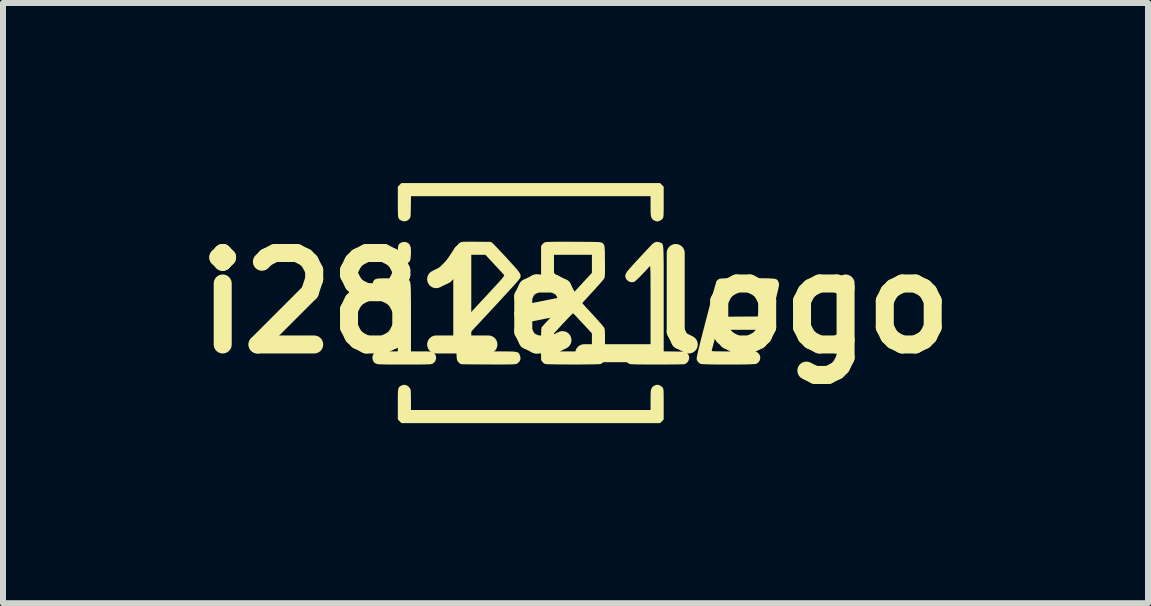
<source format=kicad_pcb>
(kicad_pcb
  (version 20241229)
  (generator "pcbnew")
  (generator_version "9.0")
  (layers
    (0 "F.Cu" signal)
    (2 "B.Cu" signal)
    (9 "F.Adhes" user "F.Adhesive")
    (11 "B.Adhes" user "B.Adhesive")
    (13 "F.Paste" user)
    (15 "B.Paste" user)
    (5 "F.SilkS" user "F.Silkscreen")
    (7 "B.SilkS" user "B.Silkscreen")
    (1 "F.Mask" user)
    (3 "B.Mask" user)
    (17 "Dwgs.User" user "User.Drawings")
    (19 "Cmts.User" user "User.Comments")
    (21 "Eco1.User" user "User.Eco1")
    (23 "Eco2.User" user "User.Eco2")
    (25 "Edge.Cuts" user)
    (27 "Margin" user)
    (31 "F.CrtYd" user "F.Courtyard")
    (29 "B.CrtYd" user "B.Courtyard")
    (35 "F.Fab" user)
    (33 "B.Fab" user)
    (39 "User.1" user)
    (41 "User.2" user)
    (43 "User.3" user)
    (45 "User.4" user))
  (footprint "i281e_logo"
    (layer "F.Cu")
    (at 6.539 2)
    (property "Reference" "i281e_logo" (at 0 0 0) (layer "F.SilkS") (effects (font (size 1.524 1.524) (thickness 0.3))))
    (attr board_only exclude_from_pos_files exclude_from_bom)
    (fp_poly (pts (xy -2.819 -1.015) (xy -2.786 -0.998) (xy -2.761 -0.97) (xy -2.747 -0.933) (xy -2.746 -0.927) (xy -2.743 -0.893) (xy -2.742 -0.853) (xy -2.743 -0.811) (xy -2.746 -0.771) (xy -2.75 -0.736) (xy -2.756 -0.71) (xy -2.76 -0.701) (xy -2.788 -0.672) (xy -2.823 -0.655) (xy -2.862 -0.651) (xy -2.902 -0.662) (xy -2.903 -0.663) (xy -2.923 -0.674) (xy -2.939 -0.688) (xy -2.949 -0.706) (xy -2.956 -0.731) (xy -2.96 -0.765) (xy -2.961 -0.812) (xy -2.961 -0.836) (xy -2.96 -0.89) (xy -2.958 -0.93) (xy -2.952 -0.959) (xy -2.942 -0.98) (xy -2.928 -0.995) (xy -2.907 -1.007) (xy -2.897 -1.011) (xy -2.857 -1.02)) (stroke (width 0) (type solid)) (fill yes) (layer "F.SilkS"))
    (fp_poly (pts (xy 1.39 1.365) (xy 1.42 1.38) (xy 1.445 1.399) (xy 1.453 1.41) (xy 1.457 1.418) (xy 1.461 1.427) (xy 1.464 1.438) (xy 1.466 1.454) (xy 1.467 1.477) (xy 1.468 1.508) (xy 1.468 1.548) (xy 1.469 1.6) (xy 1.469 1.665) (xy 1.469 1.687) (xy 1.469 1.939) (xy 1.439 1.97) (xy 1.408 2) (xy -2.9 2) (xy -2.961 1.939) (xy -2.961 1.688) (xy -2.961 1.614) (xy -2.961 1.554) (xy -2.96 1.506) (xy -2.958 1.469) (xy -2.955 1.441) (xy -2.95 1.42) (xy -2.943 1.405) (xy -2.934 1.394) (xy -2.923 1.386) (xy -2.909 1.378) (xy -2.901 1.374) (xy -2.872 1.363) (xy -2.845 1.362) (xy -2.836 1.363) (xy -2.804 1.375) (xy -2.775 1.398) (xy -2.755 1.426) (xy -2.747 1.445) (xy -2.746 1.461) (xy -2.744 1.489) (xy -2.743 1.527) (xy -2.743 1.573) (xy -2.742 1.622) (xy -2.742 1.626) (xy -2.742 1.781) (xy 1.25 1.781) (xy 1.25 1.619) (xy 1.25 1.564) (xy 1.251 1.521) (xy 1.252 1.489) (xy 1.254 1.466) (xy 1.257 1.448) (xy 1.261 1.434) (xy 1.266 1.424) (xy 1.282 1.397) (xy 1.304 1.38) (xy 1.314 1.375) (xy 1.337 1.366) (xy 1.356 1.36) (xy 1.361 1.36)) (stroke (width 0) (type solid)) (fill yes) (layer "F.SilkS"))
    (fp_poly (pts (xy 1.439 -1.97) (xy 1.469 -1.939) (xy 1.469 -1.687) (xy 1.469 -1.618) (xy 1.469 -1.562) (xy 1.468 -1.518) (xy 1.467 -1.485) (xy 1.466 -1.46) (xy 1.464 -1.442) (xy 1.462 -1.43) (xy 1.459 -1.42) (xy 1.454 -1.412) (xy 1.453 -1.41) (xy 1.433 -1.389) (xy 1.405 -1.372) (xy 1.375 -1.361) (xy 1.361 -1.36) (xy 1.346 -1.363) (xy 1.324 -1.371) (xy 1.314 -1.375) (xy 1.288 -1.391) (xy 1.27 -1.414) (xy 1.266 -1.424) (xy 1.26 -1.437) (xy 1.257 -1.451) (xy 1.254 -1.469) (xy 1.252 -1.494) (xy 1.251 -1.528) (xy 1.25 -1.572) (xy 1.25 -1.619) (xy 1.25 -1.781) (xy -2.741 -1.781) (xy -2.744 -1.608) (xy -2.745 -1.55) (xy -2.746 -1.506) (xy -2.747 -1.473) (xy -2.749 -1.449) (xy -2.752 -1.433) (xy -2.756 -1.422) (xy -2.76 -1.413) (xy -2.76 -1.413) (xy -2.789 -1.383) (xy -2.824 -1.366) (xy -2.863 -1.363) (xy -2.902 -1.374) (xy -2.903 -1.375) (xy -2.918 -1.383) (xy -2.93 -1.391) (xy -2.94 -1.4) (xy -2.947 -1.413) (xy -2.953 -1.431) (xy -2.957 -1.456) (xy -2.959 -1.488) (xy -2.96 -1.531) (xy -2.961 -1.585) (xy -2.961 -1.653) (xy -2.961 -1.688) (xy -2.961 -1.939) (xy -2.931 -1.97) (xy -2.9 -2) (xy 1.408 -2)) (stroke (width 0) (type solid)) (fill yes) (layer "F.SilkS"))
    (fp_poly (pts (xy -3.121 -0.413) (xy -3.055 -0.412) (xy -2.987 -0.412) (xy -2.933 -0.411) (xy -2.891 -0.41) (xy -2.859 -0.409) (xy -2.836 -0.407) (xy -2.819 -0.405) (xy -2.808 -0.403) (xy -2.8 -0.399) (xy -2.793 -0.395) (xy -2.792 -0.394) (xy -2.783 -0.387) (xy -2.775 -0.381) (xy -2.768 -0.375) (xy -2.762 -0.366) (xy -2.757 -0.355) (xy -2.753 -0.34) (xy -2.75 -0.32) (xy -2.748 -0.294) (xy -2.746 -0.261) (xy -2.744 -0.219) (xy -2.743 -0.168) (xy -2.743 -0.107) (xy -2.742 -0.035) (xy -2.742 0.051) (xy -2.742 0.149) (xy -2.742 0.24) (xy -2.742 0.805) (xy -2.569 0.805) (xy -2.513 0.805) (xy -2.469 0.805) (xy -2.437 0.806) (xy -2.414 0.808) (xy -2.397 0.81) (xy -2.385 0.813) (xy -2.375 0.818) (xy -2.371 0.82) (xy -2.343 0.846) (xy -2.327 0.878) (xy -2.322 0.913) (xy -2.329 0.949) (xy -2.347 0.981) (xy -2.376 1.006) (xy -2.384 1.01) (xy -2.39 1.013) (xy -2.399 1.015) (xy -2.411 1.017) (xy -2.427 1.019) (xy -2.448 1.02) (xy -2.477 1.021) (xy -2.514 1.022) (xy -2.561 1.023) (xy -2.618 1.023) (xy -2.687 1.023) (xy -2.769 1.023) (xy -2.852 1.023) (xy -2.946 1.023) (xy -3.026 1.023) (xy -3.094 1.023) (xy -3.149 1.023) (xy -3.194 1.022) (xy -3.23 1.021) (xy -3.258 1.02) (xy -3.279 1.019) (xy -3.295 1.017) (xy -3.307 1.015) (xy -3.316 1.012) (xy -3.324 1.009) (xy -3.326 1.008) (xy -3.356 0.988) (xy -3.375 0.96) (xy -3.383 0.921) (xy -3.383 0.907) (xy -3.381 0.88) (xy -3.374 0.86) (xy -3.358 0.84) (xy -3.356 0.838) (xy -3.33 0.809) (xy -3.145 0.806) (xy -2.961 0.804) (xy -2.961 -0.195) (xy -3.133 -0.195) (xy -3.195 -0.196) (xy -3.243 -0.196) (xy -3.279 -0.198) (xy -3.306 -0.202) (xy -3.326 -0.207) (xy -3.341 -0.214) (xy -3.354 -0.224) (xy -3.365 -0.237) (xy -3.367 -0.239) (xy -3.379 -0.266) (xy -3.383 -0.3) (xy -3.379 -0.336) (xy -3.367 -0.366) (xy -3.359 -0.379) (xy -3.349 -0.389) (xy -3.337 -0.397) (xy -3.321 -0.403) (xy -3.3 -0.408) (xy -3.27 -0.411) (xy -3.232 -0.412) (xy -3.182 -0.413)) (stroke (width 0) (type solid)) (fill yes) (layer "F.SilkS"))
    (fp_poly (pts (xy 1.392 -1.016) (xy 1.409 -1.009) (xy 1.418 -1.006) (xy 1.426 -1.003) (xy 1.434 -0.999) (xy 1.44 -0.995) (xy 1.445 -0.989) (xy 1.45 -0.981) (xy 1.454 -0.968) (xy 1.458 -0.951) (xy 1.461 -0.929) (xy 1.463 -0.901) (xy 1.465 -0.866) (xy 1.466 -0.823) (xy 1.467 -0.771) (xy 1.468 -0.71) (xy 1.469 -0.639) (xy 1.469 -0.556) (xy 1.469 -0.461) (xy 1.469 -0.353) (xy 1.469 -0.231) (xy 1.469 -0.095) (xy 1.469 -0.071) (xy 1.469 0.804) (xy 1.652 0.806) (xy 1.835 0.809) (xy 1.859 0.832) (xy 1.877 0.854) (xy 1.889 0.878) (xy 1.891 0.882) (xy 1.894 0.919) (xy 1.884 0.955) (xy 1.865 0.986) (xy 1.837 1.009) (xy 1.812 1.019) (xy 1.8 1.019) (xy 1.773 1.02) (xy 1.734 1.021) (xy 1.684 1.022) (xy 1.624 1.022) (xy 1.557 1.023) (xy 1.482 1.023) (xy 1.403 1.023) (xy 1.353 1.023) (xy 1.255 1.023) (xy 1.172 1.023) (xy 1.102 1.022) (xy 1.044 1.022) (xy 0.998 1.021) (xy 0.961 1.02) (xy 0.934 1.018) (xy 0.914 1.016) (xy 0.901 1.014) (xy 0.894 1.012) (xy 0.863 0.991) (xy 0.84 0.96) (xy 0.831 0.933) (xy 0.832 0.898) (xy 0.843 0.863) (xy 0.863 0.834) (xy 0.878 0.821) (xy 0.888 0.815) (xy 0.899 0.812) (xy 0.913 0.809) (xy 0.932 0.807) (xy 0.96 0.806) (xy 0.998 0.805) (xy 1.048 0.805) (xy 1.077 0.805) (xy 1.25 0.805) (xy 1.25 0.088) (xy 1.25 -0.036) (xy 1.25 -0.146) (xy 1.25 -0.241) (xy 1.249 -0.324) (xy 1.249 -0.394) (xy 1.249 -0.453) (xy 1.248 -0.501) (xy 1.247 -0.54) (xy 1.246 -0.57) (xy 1.245 -0.591) (xy 1.244 -0.606) (xy 1.242 -0.615) (xy 1.241 -0.617) (xy 1.24 -0.617) (xy 1.181 -0.553) (xy 1.128 -0.497) (xy 1.081 -0.448) (xy 1.042 -0.409) (xy 1.011 -0.38) (xy 0.989 -0.361) (xy 0.978 -0.354) (xy 0.942 -0.347) (xy 0.905 -0.353) (xy 0.872 -0.37) (xy 0.847 -0.397) (xy 0.835 -0.422) (xy 0.831 -0.438) (xy 0.829 -0.452) (xy 0.83 -0.467) (xy 0.835 -0.483) (xy 0.845 -0.502) (xy 0.86 -0.525) (xy 0.882 -0.553) (xy 0.912 -0.587) (xy 0.949 -0.629) (xy 0.996 -0.68) (xy 1.048 -0.737) (xy 1.095 -0.787) (xy 1.139 -0.835) (xy 1.18 -0.879) (xy 1.217 -0.918) (xy 1.246 -0.949) (xy 1.269 -0.972) (xy 1.282 -0.985) (xy 1.282 -0.986) (xy 1.317 -1.011) (xy 1.353 -1.021)) (stroke (width 0) (type solid)) (fill yes) (layer "F.SilkS"))
    (fp_poly (pts (xy -1.698 -1.023) (xy -1.639 -1.022) (xy -1.632 -1.022) (xy -1.408 -1.02) (xy -1.38 -0.996) (xy -1.368 -0.985) (xy -1.348 -0.964) (xy -1.319 -0.935) (xy -1.284 -0.898) (xy -1.244 -0.855) (xy -1.199 -0.807) (xy -1.152 -0.757) (xy -1.141 -0.745) (xy -1.085 -0.683) (xy -1.038 -0.632) (xy -1 -0.589) (xy -0.97 -0.554) (xy -0.948 -0.526) (xy -0.932 -0.503) (xy -0.922 -0.485) (xy -0.916 -0.469) (xy -0.915 -0.454) (xy -0.916 -0.44) (xy -0.92 -0.425) (xy -0.921 -0.424) (xy -0.925 -0.415) (xy -0.936 -0.401) (xy -0.952 -0.38) (xy -0.975 -0.353) (xy -1.005 -0.319) (xy -1.043 -0.276) (xy -1.09 -0.225) (xy -1.145 -0.165) (xy -1.209 -0.095) (xy -1.283 -0.015) (xy -1.348 0.055) (xy -1.765 0.504) (xy -1.766 0.805) (xy -1.378 0.805) (xy -1.287 0.805) (xy -1.209 0.805) (xy -1.145 0.805) (xy -1.093 0.806) (xy -1.05 0.807) (xy -1.017 0.81) (xy -0.992 0.813) (xy -0.973 0.817) (xy -0.96 0.823) (xy -0.95 0.83) (xy -0.942 0.839) (xy -0.936 0.85) (xy -0.93 0.862) (xy -0.929 0.866) (xy -0.917 0.906) (xy -0.92 0.944) (xy -0.937 0.977) (xy -0.967 1.004) (xy -0.977 1.01) (xy -0.984 1.013) (xy -0.992 1.015) (xy -1.004 1.017) (xy -1.02 1.019) (xy -1.041 1.02) (xy -1.07 1.021) (xy -1.106 1.022) (xy -1.152 1.022) (xy -1.209 1.023) (xy -1.278 1.023) (xy -1.36 1.023) (xy -1.445 1.022) (xy -1.527 1.022) (xy -1.605 1.022) (xy -1.677 1.021) (xy -1.742 1.021) (xy -1.798 1.02) (xy -1.843 1.02) (xy -1.877 1.019) (xy -1.898 1.018) (xy -1.904 1.018) (xy -1.928 1.007) (xy -1.951 0.985) (xy -1.97 0.956) (xy -1.976 0.939) (xy -1.979 0.919) (xy -1.982 0.885) (xy -1.983 0.836) (xy -1.983 0.773) (xy -1.983 0.694) (xy -1.983 0.666) (xy -1.982 0.595) (xy -1.981 0.539) (xy -1.98 0.495) (xy -1.978 0.461) (xy -1.976 0.437) (xy -1.974 0.42) (xy -1.971 0.409) (xy -1.969 0.405) (xy -1.962 0.396) (xy -1.945 0.377) (xy -1.919 0.348) (xy -1.885 0.31) (xy -1.844 0.265) (xy -1.797 0.213) (xy -1.744 0.156) (xy -1.686 0.093) (xy -1.625 0.027) (xy -1.568 -0.035) (xy -1.494 -0.114) (xy -1.43 -0.183) (xy -1.376 -0.242) (xy -1.33 -0.291) (xy -1.292 -0.333) (xy -1.261 -0.367) (xy -1.237 -0.394) (xy -1.219 -0.416) (xy -1.205 -0.433) (xy -1.196 -0.445) (xy -1.191 -0.454) (xy -1.189 -0.46) (xy -1.189 -0.465) (xy -1.191 -0.468) (xy -1.193 -0.471) (xy -1.202 -0.481) (xy -1.22 -0.501) (xy -1.245 -0.529) (xy -1.277 -0.563) (xy -1.313 -0.602) (xy -1.353 -0.644) (xy -1.354 -0.646) (xy -1.502 -0.805) (xy -1.914 -0.805) (xy -1.941 -0.829) (xy -1.966 -0.86) (xy -1.978 -0.894) (xy -1.978 -0.93) (xy -1.967 -0.963) (xy -1.946 -0.992) (xy -1.916 -1.012) (xy -1.888 -1.02) (xy -1.872 -1.021) (xy -1.843 -1.022) (xy -1.802 -1.022) (xy -1.753 -1.023)) (stroke (width 0) (type solid)) (fill yes) (layer "F.SilkS"))
    (fp_poly (pts (xy 2.957 -0.414) (xy 3.042 -0.414) (xy 3.114 -0.414) (xy 3.173 -0.413) (xy 3.222 -0.412) (xy 3.261 -0.41) (xy 3.292 -0.408) (xy 3.316 -0.405) (xy 3.334 -0.401) (xy 3.347 -0.396) (xy 3.356 -0.39) (xy 3.364 -0.383) (xy 3.37 -0.374) (xy 3.375 -0.366) (xy 3.387 -0.336) (xy 3.391 -0.306) (xy 3.389 -0.29) (xy 3.383 -0.262) (xy 3.375 -0.222) (xy 3.363 -0.173) (xy 3.35 -0.118) (xy 3.335 -0.057) (xy 3.319 0.007) (xy 3.302 0.072) (xy 3.285 0.136) (xy 3.269 0.197) (xy 3.253 0.254) (xy 3.239 0.304) (xy 3.227 0.345) (xy 3.218 0.375) (xy 3.211 0.393) (xy 3.21 0.396) (xy 3.203 0.406) (xy 3.196 0.415) (xy 3.187 0.423) (xy 3.176 0.429) (xy 3.159 0.434) (xy 3.138 0.438) (xy 3.109 0.441) (xy 3.072 0.443) (xy 3.026 0.444) (xy 2.969 0.445) (xy 2.9 0.445) (xy 2.817 0.445) (xy 2.747 0.445) (xy 2.659 0.445) (xy 2.585 0.445) (xy 2.525 0.446) (xy 2.476 0.446) (xy 2.438 0.447) (xy 2.409 0.448) (xy 2.388 0.449) (xy 2.374 0.451) (xy 2.364 0.453) (xy 2.359 0.455) (xy 2.357 0.458) (xy 2.356 0.459) (xy 2.353 0.471) (xy 2.347 0.495) (xy 2.338 0.529) (xy 2.327 0.57) (xy 2.315 0.617) (xy 2.313 0.625) (xy 2.3 0.672) (xy 2.289 0.715) (xy 2.28 0.751) (xy 2.273 0.776) (xy 2.269 0.79) (xy 2.269 0.791) (xy 2.269 0.794) (xy 2.271 0.797) (xy 2.277 0.799) (xy 2.288 0.801) (xy 2.305 0.802) (xy 2.33 0.803) (xy 2.364 0.804) (xy 2.408 0.804) (xy 2.464 0.805) (xy 2.532 0.805) (xy 2.615 0.805) (xy 2.634 0.805) (xy 2.72 0.805) (xy 2.792 0.805) (xy 2.85 0.805) (xy 2.898 0.806) (xy 2.935 0.806) (xy 2.964 0.807) (xy 2.985 0.809) (xy 3.001 0.81) (xy 3.012 0.813) (xy 3.02 0.815) (xy 3.027 0.819) (xy 3.029 0.82) (xy 3.057 0.845) (xy 3.074 0.877) (xy 3.078 0.912) (xy 3.072 0.947) (xy 3.055 0.979) (xy 3.027 1.004) (xy 3.01 1.013) (xy 2.997 1.015) (xy 2.969 1.017) (xy 2.929 1.019) (xy 2.88 1.021) (xy 2.821 1.022) (xy 2.756 1.023) (xy 2.686 1.024) (xy 2.612 1.024) (xy 2.537 1.024) (xy 2.462 1.024) (xy 2.389 1.024) (xy 2.32 1.023) (xy 2.256 1.022) (xy 2.199 1.02) (xy 2.152 1.019) (xy 2.115 1.017) (xy 2.091 1.014) (xy 2.082 1.012) (xy 2.048 0.99) (xy 2.026 0.958) (xy 2.018 0.928) (xy 2.018 0.919) (xy 2.02 0.903) (xy 2.025 0.88) (xy 2.031 0.85) (xy 2.04 0.811) (xy 2.051 0.762) (xy 2.066 0.703) (xy 2.083 0.633) (xy 2.104 0.55) (xy 2.129 0.455) (xy 2.157 0.346) (xy 2.176 0.274) (xy 2.188 0.227) (xy 2.416 0.227) (xy 2.725 0.225) (xy 3.035 0.223) (xy 3.084 0.035) (xy 3.097 -0.018) (xy 3.11 -0.067) (xy 3.121 -0.109) (xy 3.13 -0.143) (xy 3.135 -0.166) (xy 3.137 -0.174) (xy 3.142 -0.195) (xy 2.525 -0.195) (xy 2.521 -0.178) (xy 2.517 -0.166) (xy 2.511 -0.141) (xy 2.502 -0.105) (xy 2.49 -0.061) (xy 2.477 -0.011) (xy 2.466 0.033) (xy 2.416 0.227) (xy 2.188 0.227) (xy 2.201 0.178) (xy 2.225 0.086) (xy 2.247 -0.001) (xy 2.269 -0.081) (xy 2.288 -0.154) (xy 2.306 -0.218) (xy 2.32 -0.271) (xy 2.333 -0.314) (xy 2.342 -0.345) (xy 2.347 -0.362) (xy 2.348 -0.365) (xy 2.363 -0.382) (xy 2.384 -0.398) (xy 2.385 -0.399) (xy 2.391 -0.402) (xy 2.398 -0.405) (xy 2.407 -0.407) (xy 2.42 -0.409) (xy 2.438 -0.41) (xy 2.461 -0.412) (xy 2.493 -0.413) (xy 2.532 -0.413) (xy 2.582 -0.414) (xy 2.643 -0.414) (xy 2.716 -0.414) (xy 2.802 -0.414) (xy 2.858 -0.414)) (stroke (width 0) (type solid)) (fill yes) (layer "F.SilkS"))
    (fp_poly (pts (xy -0.059 -1.022) (xy -0.026 -1.022) (xy 0.069 -1.021) (xy 0.15 -1.021) (xy 0.217 -1.02) (xy 0.272 -1.02) (xy 0.317 -1.019) (xy 0.353 -1.018) (xy 0.38 -1.017) (xy 0.4 -1.015) (xy 0.415 -1.013) (xy 0.426 -1.011) (xy 0.433 -1.009) (xy 0.438 -1.006) (xy 0.439 -1.005) (xy 0.452 -0.996) (xy 0.462 -0.988) (xy 0.471 -0.978) (xy 0.477 -0.964) (xy 0.482 -0.946) (xy 0.485 -0.922) (xy 0.487 -0.889) (xy 0.489 -0.846) (xy 0.489 -0.792) (xy 0.49 -0.725) (xy 0.49 -0.695) (xy 0.491 -0.625) (xy 0.491 -0.568) (xy 0.491 -0.523) (xy 0.49 -0.489) (xy 0.489 -0.463) (xy 0.487 -0.444) (xy 0.485 -0.43) (xy 0.481 -0.419) (xy 0.479 -0.413) (xy 0.47 -0.4) (xy 0.452 -0.377) (xy 0.426 -0.347) (xy 0.394 -0.31) (xy 0.356 -0.268) (xy 0.315 -0.222) (xy 0.289 -0.194) (xy 0.247 -0.149) (xy 0.209 -0.107) (xy 0.175 -0.07) (xy 0.147 -0.04) (xy 0.127 -0.017) (xy 0.116 -0.003) (xy 0.113 0) (xy 0.118 0.007) (xy 0.133 0.024) (xy 0.156 0.049) (xy 0.185 0.082) (xy 0.221 0.12) (xy 0.261 0.164) (xy 0.289 0.194) (xy 0.332 0.241) (xy 0.372 0.285) (xy 0.408 0.326) (xy 0.438 0.36) (xy 0.46 0.388) (xy 0.475 0.406) (xy 0.479 0.413) (xy 0.482 0.422) (xy 0.485 0.433) (xy 0.488 0.448) (xy 0.489 0.469) (xy 0.49 0.496) (xy 0.491 0.533) (xy 0.491 0.58) (xy 0.491 0.64) (xy 0.49 0.696) (xy 0.488 0.951) (xy 0.467 0.979) (xy 0.44 1.004) (xy 0.416 1.015) (xy 0.402 1.017) (xy 0.374 1.018) (xy 0.335 1.02) (xy 0.285 1.021) (xy 0.226 1.021) (xy 0.161 1.022) (xy 0.091 1.023) (xy 0.017 1.023) (xy -0.058 1.023) (xy -0.132 1.023) (xy -0.205 1.022) (xy -0.274 1.022) (xy -0.337 1.021) (xy -0.393 1.02) (xy -0.439 1.019) (xy -0.475 1.017) (xy -0.498 1.016) (xy -0.506 1.015) (xy -0.527 1.004) (xy -0.548 0.984) (xy -0.552 0.979) (xy -0.574 0.95) (xy -0.574 0.805) (xy -0.359 0.805) (xy 0.273 0.805) (xy 0.273 0.654) (xy 0.273 0.504) (xy 0.119 0.338) (xy 0.079 0.295) (xy 0.043 0.257) (xy 0.012 0.223) (xy -0.014 0.197) (xy -0.032 0.179) (xy -0.041 0.17) (xy -0.042 0.17) (xy -0.048 0.175) (xy -0.064 0.19) (xy -0.088 0.214) (xy -0.118 0.245) (xy -0.153 0.282) (xy -0.192 0.324) (xy -0.204 0.336) (xy -0.359 0.504) (xy -0.359 0.654) (xy -0.359 0.805) (xy -0.574 0.805) (xy -0.574 0.684) (xy -0.574 0.611) (xy -0.574 0.553) (xy -0.573 0.506) (xy -0.572 0.471) (xy -0.571 0.444) (xy -0.569 0.425) (xy -0.567 0.413) (xy -0.564 0.404) (xy -0.562 0.4) (xy -0.554 0.391) (xy -0.536 0.371) (xy -0.511 0.342) (xy -0.479 0.307) (xy -0.441 0.267) (xy -0.4 0.222) (xy -0.374 0.194) (xy -0.332 0.149) (xy -0.294 0.107) (xy -0.26 0.07) (xy -0.233 0.039) (xy -0.213 0.017) (xy -0.201 0.003) (xy -0.199 0) (xy -0.204 -0.007) (xy -0.219 -0.024) (xy -0.242 -0.049) (xy -0.271 -0.082) (xy -0.307 -0.121) (xy -0.346 -0.164) (xy -0.374 -0.194) (xy -0.417 -0.24) (xy -0.457 -0.283) (xy -0.492 -0.322) (xy -0.521 -0.354) (xy -0.544 -0.38) (xy -0.558 -0.396) (xy -0.562 -0.4) (xy -0.565 -0.407) (xy -0.568 -0.417) (xy -0.57 -0.431) (xy -0.572 -0.453) (xy -0.573 -0.482) (xy -0.574 -0.522) (xy -0.574 -0.573) (xy -0.574 -0.636) (xy -0.574 -0.684) (xy -0.574 -0.805) (xy -0.359 -0.805) (xy -0.359 -0.654) (xy -0.359 -0.504) (xy -0.202 -0.334) (xy -0.044 -0.163) (xy -0.026 -0.181) (xy -0.016 -0.192) (xy 0.003 -0.212) (xy 0.029 -0.24) (xy 0.061 -0.275) (xy 0.097 -0.314) (xy 0.132 -0.352) (xy 0.273 -0.504) (xy 0.273 -0.654) (xy 0.273 -0.805) (xy -0.359 -0.805) (xy -0.574 -0.805) (xy -0.574 -0.95) (xy -0.553 -0.979) (xy -0.524 -1.006) (xy -0.5 -1.016) (xy -0.484 -1.018) (xy -0.452 -1.019) (xy -0.404 -1.021) (xy -0.341 -1.022) (xy -0.263 -1.022) (xy -0.168 -1.022)) (stroke (width 0) (type solid)) (fill yes) (layer "F.SilkS")))
  (gr_rect
    (start -3 -3)
    (end 16.077 7)
    (stroke (width 0.1) (type default))
    (fill no)
    (layer "Edge.Cuts")))
</source>
